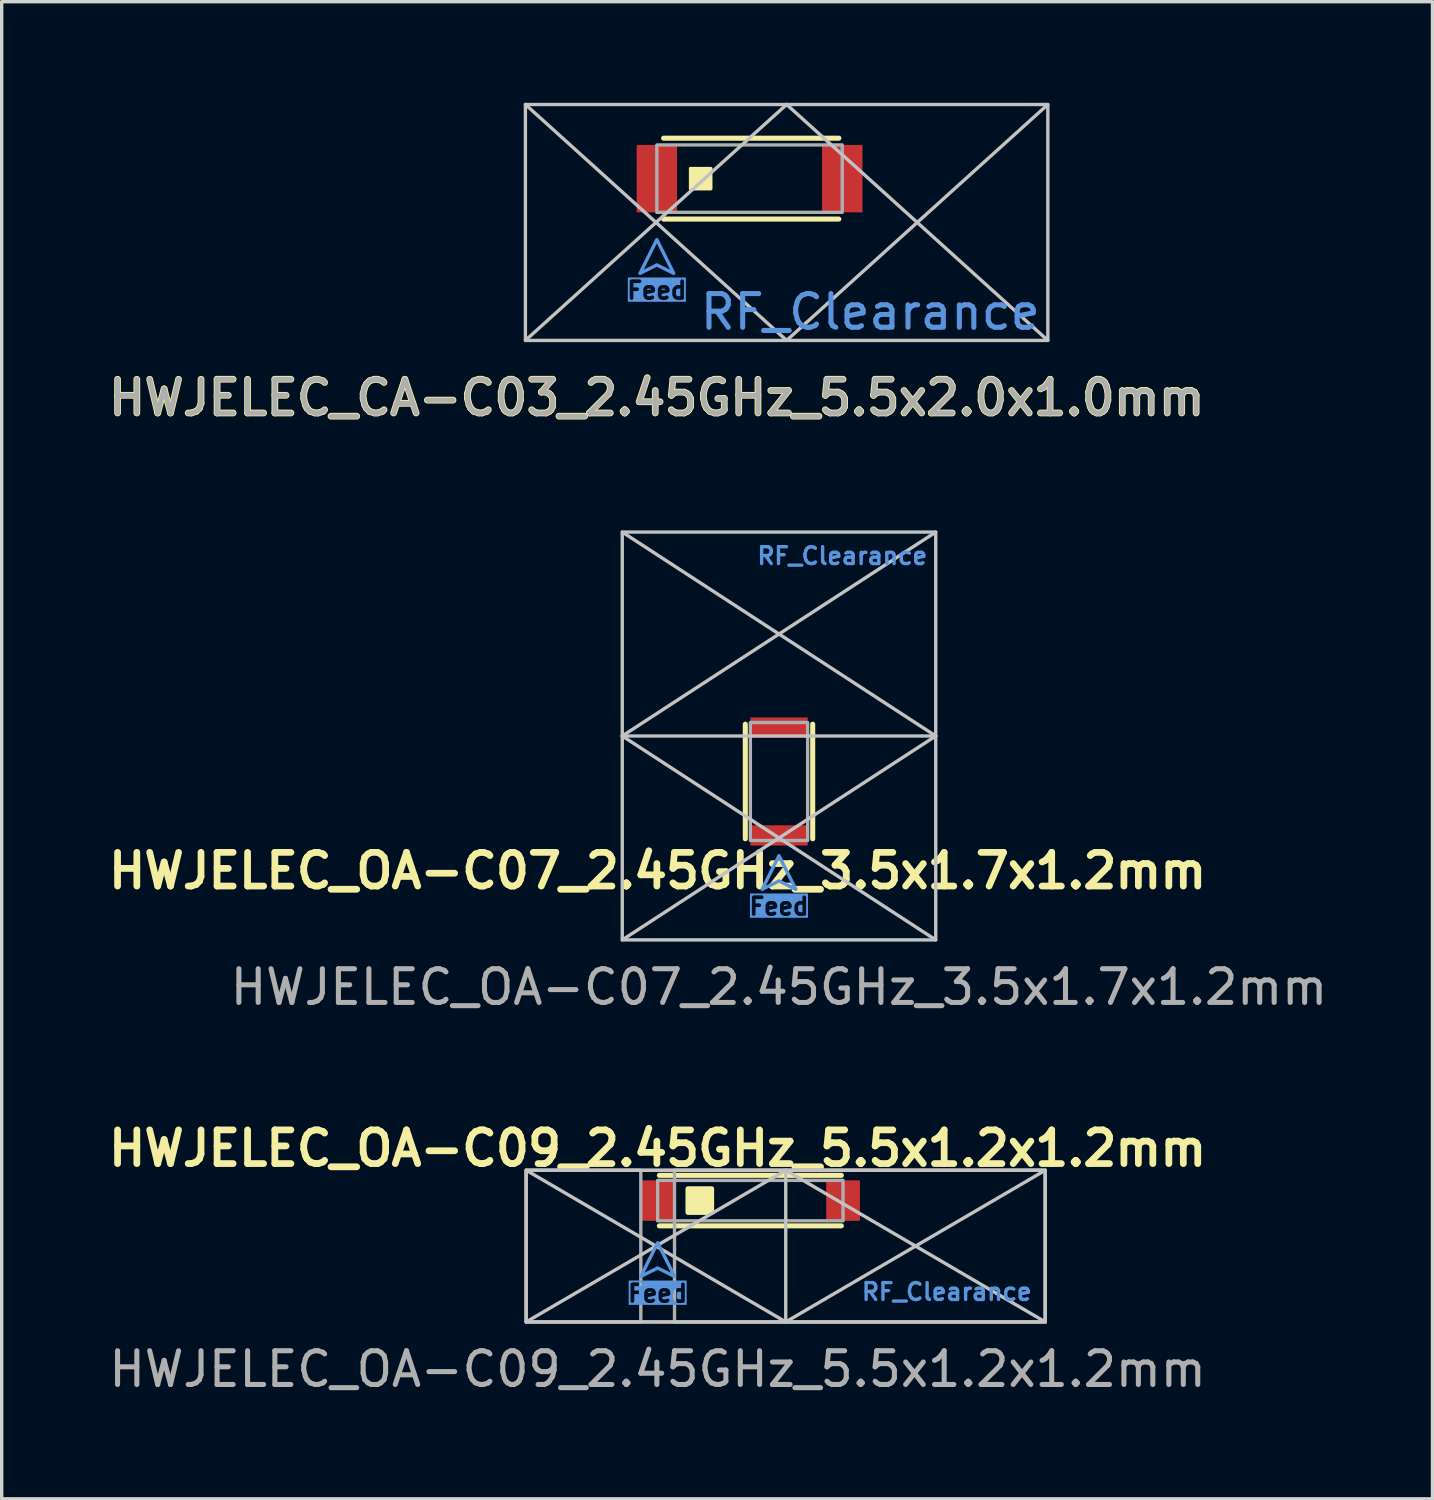
<source format=kicad_pcb>
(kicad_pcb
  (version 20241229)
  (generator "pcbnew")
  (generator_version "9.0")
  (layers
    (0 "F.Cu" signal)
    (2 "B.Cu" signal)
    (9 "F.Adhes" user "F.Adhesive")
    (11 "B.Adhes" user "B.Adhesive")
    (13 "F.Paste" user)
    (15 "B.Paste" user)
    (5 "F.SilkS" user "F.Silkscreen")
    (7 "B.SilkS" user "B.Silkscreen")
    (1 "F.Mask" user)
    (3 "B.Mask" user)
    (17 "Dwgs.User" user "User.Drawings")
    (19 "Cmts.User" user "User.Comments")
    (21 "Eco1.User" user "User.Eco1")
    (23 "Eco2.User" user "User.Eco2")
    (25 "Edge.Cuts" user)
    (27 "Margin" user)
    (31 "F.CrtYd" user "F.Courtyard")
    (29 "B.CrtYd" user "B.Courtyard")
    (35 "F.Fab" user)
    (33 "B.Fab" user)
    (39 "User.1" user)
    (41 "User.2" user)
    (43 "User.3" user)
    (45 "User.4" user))
  (footprint "HWJELEC_CA-C03_2.45GHz_5.5x2.0x1.0mm"
    (layer "F.Cu")
    (at 16.438 2.25)
    (property "Reference" "HWJELEC_CA-C03_2.45GHz_5.5x2.0x1.0mm" (at 0 6.5 0) (unlocked yes) (layer "F.SilkS") (effects (font (size 1 1) (thickness 0.2) (bold yes))))
    (attr smd)
    (fp_line (start 0.2 -1.2) (end 5.4 -1.2) (stroke (width 0.15) (type default)) (layer "F.SilkS"))
    (fp_line (start 0.2 1.2) (end 5.4 1.2) (stroke (width 0.15) (type default)) (layer "F.SilkS"))
    (fp_rect (start 1 -0.3) (end 1.6 0.3) (stroke (width 0.1) (type solid)) (fill yes) (layer "F.SilkS"))
    (fp_line (start -3.9 4.8) (end 3.85 -2.2) (stroke (width 0.1) (type default)) (layer "Dwgs.User"))
    (fp_line (start 3.85 -2.2) (end 11.6 4.8) (stroke (width 0.1) (type default)) (layer "Dwgs.User"))
    (fp_line (start 3.85 4.8) (end -3.9 -2.2) (stroke (width 0.1) (type default)) (layer "Dwgs.User"))
    (fp_line (start 11.6 -2.2) (end 3.85 4.8) (stroke (width 0.1) (type default)) (layer "Dwgs.User"))
    (fp_rect (start -3.9 -2.2) (end 11.6 4.8) (stroke (width 0.1) (type solid)) (fill no) (layer "Dwgs.User"))
    (fp_poly (pts (xy 0.5 2.81) (xy 0 2.56) (xy -0.5 2.81) (xy 0 1.81)) (stroke (width 0.1) (type solid)) (fill no) (layer "Cmts.User"))
    (fp_rect (start 0 -1) (end 5.5 1) (stroke (width 0.1) (type default)) (fill no) (layer "F.Fab"))
    (fp_text user "RF_Clearance" (at 1.21 4.54 0) (unlocked yes) (layer "Cmts.User") (effects (font (size 1 1) (thickness 0.15)) (justify left bottom)))
    (fp_text user "Feed" (at 0 3.61 0) (unlocked yes) (layer "Cmts.User" knockout) (effects (font (size 0.5 0.5) (thickness 0.11) (bold yes)) (justify bottom)))
    (fp_text user "${REFERENCE}" (at 0 6.5 0) (unlocked yes) (layer "F.Fab") (effects (font (size 1 1) (thickness 0.15))))
    (pad "1" smd rect (at 0 0) (size 1.2 2) (layers "F.Cu" "F.Mask" "F.Paste"))
    (pad "2" smd rect (at 5.5 0) (size 1.2 2) (layers "F.Cu" "F.Mask" "F.Paste"))
    (zone (net_name "") (layer "F.Cu") (hatch edge 0.508) (connect_pads) (min_thickness 0.25) (filled_areas_thickness no) (keepout (tracks allowed) (vias allowed) (pads allowed) (copperpour not_allowed) (footprints allowed)) (placement (enabled no)) (fill) (polygon (pts (xy 15.838 1.25) (xy 17.038 1.25) (xy 17.038 7.05) (xy 15.838 7.05))))
    (zone (net_name "") (layers "F.Cu" "B.Cu") (hatch full 0.508) (connect_pads) (min_thickness 0.25) (filled_areas_thickness no) (keepout (tracks not_allowed) (vias not_allowed) (pads allowed) (copperpour not_allowed) (footprints allowed)) (placement (enabled no)) (fill) (polygon (pts (xy 15.838 1.25) (xy 15.838 7.05) (xy 12.538 7.05) (xy 12.538 0.05) (xy 28.038 0.05) (xy 28.038 7.05) (xy 17.038 7.05) (xy 17.038 1.25)))))
  (footprint "HWJELEC_OA-C07_2.45GHz_3.5x1.7x1.2mm"
    (layer "F.Cu")
    (at 20.062 21.736)
    (property "Reference" "HWJELEC_OA-C07_2.45GHz_3.5x1.7x1.2mm" (at -3.6 1.05 0) (unlocked yes) (layer "F.SilkS") (effects (font (size 1 1) (thickness 0.2) (bold yes))))
    (attr smd)
    (fp_line (start -1 -3.3) (end -1 0.1) (stroke (width 0.15) (type default)) (layer "F.SilkS"))
    (fp_line (start 1 -3.3) (end 1 0.1) (stroke (width 0.15) (type default)) (layer "F.SilkS"))
    (fp_line (start -4.65 -9) (end 4.65 -2.95) (stroke (width 0.1) (type default)) (layer "Dwgs.User"))
    (fp_line (start -4.65 -2.95) (end 4.65 -9) (stroke (width 0.1) (type default)) (layer "Dwgs.User"))
    (fp_line (start -4.65 -2.95) (end 4.65 -2.95) (stroke (width 0.1) (type default)) (layer "Dwgs.User"))
    (fp_line (start 4.65 -2.95) (end -4.65 3.1) (stroke (width 0.1) (type default)) (layer "Dwgs.User"))
    (fp_line (start 4.65 3.1) (end -4.65 -2.95) (stroke (width 0.1) (type default)) (layer "Dwgs.User"))
    (fp_rect (start -4.65 -9) (end 4.65 3.1) (stroke (width 0.1) (type default)) (fill no) (layer "Dwgs.User"))
    (fp_poly (pts (xy 0.5 1.6) (xy 0 1.35) (xy -0.5 1.6) (xy 0 0.6)) (stroke (width 0.1) (type solid)) (fill no) (layer "Cmts.User"))
    (fp_rect (start -0.85 -3.35) (end 0.85 0.15) (stroke (width 0.1) (type default)) (fill no) (layer "F.Fab"))
    (fp_text user "RF_Clearance" (at -0.7 -8 0) (unlocked yes) (layer "Cmts.User") (effects (font (size 0.5 0.5) (thickness 0.1) (bold yes)) (justify left bottom)))
    (fp_text user "Feed" (at 0 2.4 0) (unlocked yes) (layer "Cmts.User" knockout) (effects (font (size 0.5 0.5) (thickness 0.11) (bold yes)) (justify bottom)))
    (fp_text user "${REFERENCE}" (at 0 4.5 0) (unlocked yes) (layer "F.Fab") (effects (font (size 1 1) (thickness 0.15))))
    (pad "1" smd rect (at 0 0) (size 1.7 0.6) (layers "F.Cu" "F.Mask" "F.Paste"))
    (pad "2" smd rect (at 0 -3.2) (size 1.7 0.6) (layers "F.Cu" "F.Mask" "F.Paste"))
    (zone (net_name "") (layers "F.Cu" "B.Cu" "B.SilkS") (name "RF_Clearance") (hatch full 0.508) (connect_pads) (min_thickness 0.25) (filled_areas_thickness no) (keepout (tracks not_allowed) (vias not_allowed) (pads allowed) (copperpour not_allowed) (footprints allowed)) (placement (enabled no)) (fill) (polygon (pts (xy 15.412 21.436) (xy 24.712 21.436) (xy 24.712 12.736) (xy 15.412 12.736))))
    (zone (net_name "") (layers "F.Cu" "B.Cu" "B.SilkS") (name "RF_Clearance") (hatch full 0.508) (connect_pads) (min_thickness 0.25) (filled_areas_thickness no) (keepout (tracks not_allowed) (vias not_allowed) (pads not_allowed) (copperpour not_allowed) (footprints not_allowed)) (placement (enabled no)) (fill) (polygon (pts (xy 15.412 24.836) (xy 19.212 24.836) (xy 19.212 21.436) (xy 15.412 21.436))))
    (zone (net_name "") (layers "F.Cu" "B.Cu" "B.SilkS") (name "RF_TraceLine") (hatch full 0.508) (connect_pads) (min_thickness 0.25) (filled_areas_thickness no) (keepout (tracks allowed) (vias allowed) (pads allowed) (copperpour not_allowed) (footprints allowed)) (placement (enabled no)) (fill) (polygon (pts (xy 19.212 24.836) (xy 20.912 24.836) (xy 20.912 21.436) (xy 19.212 21.436))))
    (zone (net_name "") (layers "F.Cu" "B.Cu" "B.SilkS") (name "RF_Clearance") (hatch full 0.508) (connect_pads) (min_thickness 0.25) (filled_areas_thickness no) (keepout (tracks not_allowed) (vias not_allowed) (pads not_allowed) (copperpour not_allowed) (footprints not_allowed)) (placement (enabled no)) (fill) (polygon (pts (xy 20.912 24.836) (xy 24.712 24.836) (xy 24.712 21.436) (xy 20.912 21.436)))))
  (footprint "HWJELEC_OA-C09_2.45GHz_5.5x1.2x1.2mm"
    (layer "F.Cu")
    (at 16.462 32.57)
    (property "Reference" "HWJELEC_OA-C09_2.45GHz_5.5x1.2x1.2mm" (at 0 -1.55 0) (unlocked yes) (layer "F.SilkS") (effects (font (size 1 1) (thickness 0.2) (bold yes))))
    (attr smd)
    (fp_line (start 0.05 -0.75) (end 5.45 -0.75) (stroke (width 0.15) (type default)) (layer "F.SilkS"))
    (fp_line (start 0.05 0.75) (end 5.45 0.75) (stroke (width 0.15) (type default)) (layer "F.SilkS"))
    (fp_rect (start 0.9 -0.35) (end 1.6 0.35) (stroke (width 0.15) (type solid)) (fill yes) (layer "F.SilkS"))
    (fp_line (start -3.9 3.6) (end 3.8 -0.9) (stroke (width 0.1) (type default)) (layer "Dwgs.User"))
    (fp_line (start 3.8 -0.9) (end 11.5 3.6) (stroke (width 0.1) (type default)) (layer "Dwgs.User"))
    (fp_line (start 3.8 3.6) (end -3.9 -0.9) (stroke (width 0.1) (type default)) (layer "Dwgs.User"))
    (fp_line (start 3.8 3.6) (end 3.8 -0.9) (stroke (width 0.1) (type default)) (layer "Dwgs.User"))
    (fp_line (start 11.5 -0.9) (end 3.8 3.6) (stroke (width 0.1) (type default)) (layer "Dwgs.User"))
    (fp_rect (start -3.9 -0.9) (end 11.5 3.6) (stroke (width 0.1) (type default)) (fill no) (layer "Dwgs.User"))
    (fp_poly (pts (xy 0.5 2.25) (xy 0 2) (xy -0.5 2.25) (xy 0 1.25)) (stroke (width 0.1) (type solid)) (fill no) (layer "Cmts.User"))
    (fp_rect (start -3.9 -0.9) (end -0.5 3.6) (stroke (width 0.1) (type default)) (fill no) (layer "F.Fab"))
    (fp_rect (start -3.9 -0.9) (end 11.5 3.6) (stroke (width 0.1) (type default)) (fill no) (layer "F.Fab"))
    (fp_rect (start 0 -0.6) (end 5.5 0.6) (stroke (width 0.1) (type default)) (fill no) (layer "F.Fab"))
    (fp_rect (start 0.5 -0.9) (end 11.5 3.6) (stroke (width 0.1) (type default)) (fill no) (layer "F.Fab"))
    (fp_text user "Feed" (at 0 3.05 0) (unlocked yes) (layer "Cmts.User" knockout) (effects (font (size 0.5 0.5) (thickness 0.11) (bold yes)) (justify bottom)))
    (fp_text user "RF_Clearance" (at 6 3 0) (unlocked yes) (layer "Cmts.User") (effects (font (size 0.5 0.5) (thickness 0.1) (bold yes)) (justify left bottom)))
    (fp_text user "${REFERENCE}" (at 0 5 0) (unlocked yes) (layer "F.Fab") (effects (font (size 1 1) (thickness 0.15))))
    (pad "1" smd rect (at 0 0) (size 1 1.2) (layers "F.Cu" "F.Mask" "F.Paste"))
    (pad "2" smd rect (at 5.5 0) (size 1 1.2) (layers "F.Cu" "F.Mask" "F.Paste"))
    (zone (net_name "") (layers "F.Cu" "B.Cu") (name "RF_TraceLine") (hatch edge 0.508) (connect_pads) (min_thickness 0.25) (filled_areas_thickness no) (keepout (tracks allowed) (vias allowed) (pads allowed) (copperpour not_allowed) (footprints allowed)) (placement (enabled no)) (fill) (polygon (pts (xy 15.962 31.97) (xy 15.962 36.17) (xy 16.962 36.17) (xy 16.962 31.97))))
    (zone (net_name "") (layers "F.Cu" "B.Cu") (name "RF_Clearance") (hatch full 0.508) (connect_pads) (min_thickness 0.25) (filled_areas_thickness no) (keepout (tracks not_allowed) (vias not_allowed) (pads allowed) (copperpour not_allowed) (footprints allowed)) (placement (enabled no)) (fill) (polygon (pts (xy 12.562 31.67) (xy 27.962 31.67) (xy 27.962 36.17) (xy 16.962 36.17) (xy 16.962 31.97) (xy 15.962 31.97) (xy 15.962 36.17) (xy 12.562 36.17)))))
  (gr_rect
    (start -3 -3)
    (end 39.449 41.419)
    (stroke (width 0.1) (type default))
    (fill no)
    (layer "Edge.Cuts")))
</source>
